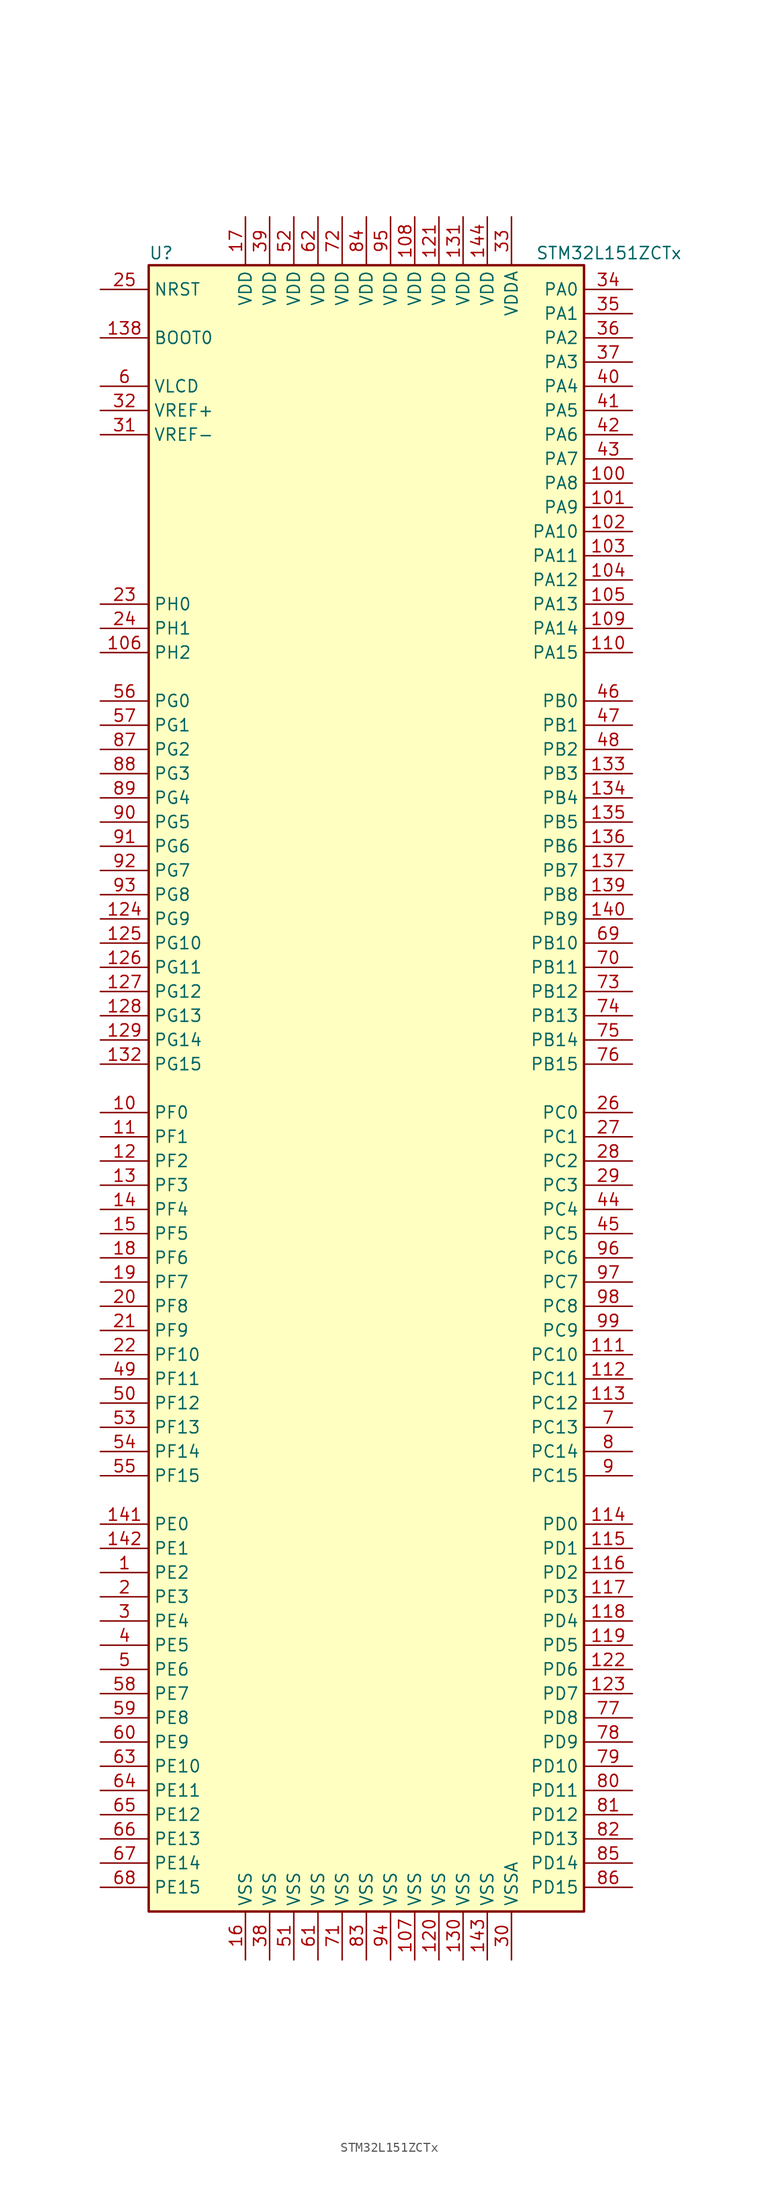
<source format=kicad_sym>
(kicad_symbol_lib
  (version 20201005)
  (generator kicad_symbol_editor)
  (symbol "MCU_ST_STM32L1:STM32L151ZCTx"
    (property "Reference" "U"
      (at -22.86 87.63 0)
      (effects (font (size 1.27 1.27)) (justify left)))
    (property "Value" "STM32L151ZCTx"
      (at 17.78 87.63 0)
      (effects (font (size 1.27 1.27)) (justify left)))
    (symbol "STM32L151ZCTx_0_1"
      (rectangle (start -22.86 -86.36) (end 22.86 86.36) (stroke (width 0.254)) (fill (type background))))
    (symbol "STM32L151ZCTx_1_1"
      (pin input line (at -27.94 78.74 0) (length 5.08) (name "BOOT0" (effects (font (size 1.27 1.27)))) (number "138" (effects (font (size 1.27 1.27)))))
      (pin input line (at -27.94 83.82 0) (length 5.08) (name "NRST" (effects (font (size 1.27 1.27)))) (number "25" (effects (font (size 1.27 1.27)))))
      (pin bidirectional line (at 27.94 83.82 180) (length 5.08) (name "PA0" (effects (font (size 1.27 1.27)))) (number "34" (effects (font (size 1.27 1.27)))))
      (pin bidirectional line (at 27.94 81.28 180) (length 5.08) (name "PA1" (effects (font (size 1.27 1.27)))) (number "35" (effects (font (size 1.27 1.27)))))
      (pin bidirectional line (at 27.94 58.42 180) (length 5.08) (name "PA10" (effects (font (size 1.27 1.27)))) (number "102" (effects (font (size 1.27 1.27)))))
      (pin bidirectional line (at 27.94 55.88 180) (length 5.08) (name "PA11" (effects (font (size 1.27 1.27)))) (number "103" (effects (font (size 1.27 1.27)))))
      (pin bidirectional line (at 27.94 53.34 180) (length 5.08) (name "PA12" (effects (font (size 1.27 1.27)))) (number "104" (effects (font (size 1.27 1.27)))))
      (pin bidirectional line (at 27.94 50.8 180) (length 5.08) (name "PA13" (effects (font (size 1.27 1.27)))) (number "105" (effects (font (size 1.27 1.27)))))
      (pin bidirectional line (at 27.94 48.26 180) (length 5.08) (name "PA14" (effects (font (size 1.27 1.27)))) (number "109" (effects (font (size 1.27 1.27)))))
      (pin bidirectional line (at 27.94 45.72 180) (length 5.08) (name "PA15" (effects (font (size 1.27 1.27)))) (number "110" (effects (font (size 1.27 1.27)))))
      (pin bidirectional line (at 27.94 78.74 180) (length 5.08) (name "PA2" (effects (font (size 1.27 1.27)))) (number "36" (effects (font (size 1.27 1.27)))))
      (pin bidirectional line (at 27.94 76.2 180) (length 5.08) (name "PA3" (effects (font (size 1.27 1.27)))) (number "37" (effects (font (size 1.27 1.27)))))
      (pin bidirectional line (at 27.94 73.66 180) (length 5.08) (name "PA4" (effects (font (size 1.27 1.27)))) (number "40" (effects (font (size 1.27 1.27)))))
      (pin bidirectional line (at 27.94 71.12 180) (length 5.08) (name "PA5" (effects (font (size 1.27 1.27)))) (number "41" (effects (font (size 1.27 1.27)))))
      (pin bidirectional line (at 27.94 68.58 180) (length 5.08) (name "PA6" (effects (font (size 1.27 1.27)))) (number "42" (effects (font (size 1.27 1.27)))))
      (pin bidirectional line (at 27.94 66.04 180) (length 5.08) (name "PA7" (effects (font (size 1.27 1.27)))) (number "43" (effects (font (size 1.27 1.27)))))
      (pin bidirectional line (at 27.94 63.5 180) (length 5.08) (name "PA8" (effects (font (size 1.27 1.27)))) (number "100" (effects (font (size 1.27 1.27)))))
      (pin bidirectional line (at 27.94 60.96 180) (length 5.08) (name "PA9" (effects (font (size 1.27 1.27)))) (number "101" (effects (font (size 1.27 1.27)))))
      (pin bidirectional line (at 27.94 40.64 180) (length 5.08) (name "PB0" (effects (font (size 1.27 1.27)))) (number "46" (effects (font (size 1.27 1.27)))))
      (pin bidirectional line (at 27.94 38.1 180) (length 5.08) (name "PB1" (effects (font (size 1.27 1.27)))) (number "47" (effects (font (size 1.27 1.27)))))
      (pin bidirectional line (at 27.94 15.24 180) (length 5.08) (name "PB10" (effects (font (size 1.27 1.27)))) (number "69" (effects (font (size 1.27 1.27)))))
      (pin bidirectional line (at 27.94 12.7 180) (length 5.08) (name "PB11" (effects (font (size 1.27 1.27)))) (number "70" (effects (font (size 1.27 1.27)))))
      (pin bidirectional line (at 27.94 10.16 180) (length 5.08) (name "PB12" (effects (font (size 1.27 1.27)))) (number "73" (effects (font (size 1.27 1.27)))))
      (pin bidirectional line (at 27.94 7.62 180) (length 5.08) (name "PB13" (effects (font (size 1.27 1.27)))) (number "74" (effects (font (size 1.27 1.27)))))
      (pin bidirectional line (at 27.94 5.08 180) (length 5.08) (name "PB14" (effects (font (size 1.27 1.27)))) (number "75" (effects (font (size 1.27 1.27)))))
      (pin bidirectional line (at 27.94 2.54 180) (length 5.08) (name "PB15" (effects (font (size 1.27 1.27)))) (number "76" (effects (font (size 1.27 1.27)))))
      (pin bidirectional line (at 27.94 35.56 180) (length 5.08) (name "PB2" (effects (font (size 1.27 1.27)))) (number "48" (effects (font (size 1.27 1.27)))))
      (pin bidirectional line (at 27.94 33.02 180) (length 5.08) (name "PB3" (effects (font (size 1.27 1.27)))) (number "133" (effects (font (size 1.27 1.27)))))
      (pin bidirectional line (at 27.94 30.48 180) (length 5.08) (name "PB4" (effects (font (size 1.27 1.27)))) (number "134" (effects (font (size 1.27 1.27)))))
      (pin bidirectional line (at 27.94 27.94 180) (length 5.08) (name "PB5" (effects (font (size 1.27 1.27)))) (number "135" (effects (font (size 1.27 1.27)))))
      (pin bidirectional line (at 27.94 25.4 180) (length 5.08) (name "PB6" (effects (font (size 1.27 1.27)))) (number "136" (effects (font (size 1.27 1.27)))))
      (pin bidirectional line (at 27.94 22.86 180) (length 5.08) (name "PB7" (effects (font (size 1.27 1.27)))) (number "137" (effects (font (size 1.27 1.27)))))
      (pin bidirectional line (at 27.94 20.32 180) (length 5.08) (name "PB8" (effects (font (size 1.27 1.27)))) (number "139" (effects (font (size 1.27 1.27)))))
      (pin bidirectional line (at 27.94 17.78 180) (length 5.08) (name "PB9" (effects (font (size 1.27 1.27)))) (number "140" (effects (font (size 1.27 1.27)))))
      (pin bidirectional line (at 27.94 -2.54 180) (length 5.08) (name "PC0" (effects (font (size 1.27 1.27)))) (number "26" (effects (font (size 1.27 1.27)))))
      (pin bidirectional line (at 27.94 -5.08 180) (length 5.08) (name "PC1" (effects (font (size 1.27 1.27)))) (number "27" (effects (font (size 1.27 1.27)))))
      (pin bidirectional line (at 27.94 -27.94 180) (length 5.08) (name "PC10" (effects (font (size 1.27 1.27)))) (number "111" (effects (font (size 1.27 1.27)))))
      (pin bidirectional line (at 27.94 -30.48 180) (length 5.08) (name "PC11" (effects (font (size 1.27 1.27)))) (number "112" (effects (font (size 1.27 1.27)))))
      (pin bidirectional line (at 27.94 -33.02 180) (length 5.08) (name "PC12" (effects (font (size 1.27 1.27)))) (number "113" (effects (font (size 1.27 1.27)))))
      (pin bidirectional line (at 27.94 -35.56 180) (length 5.08) (name "PC13" (effects (font (size 1.27 1.27)))) (number "7" (effects (font (size 1.27 1.27)))))
      (pin bidirectional line (at 27.94 -38.1 180) (length 5.08) (name "PC14" (effects (font (size 1.27 1.27)))) (number "8" (effects (font (size 1.27 1.27)))))
      (pin bidirectional line (at 27.94 -40.64 180) (length 5.08) (name "PC15" (effects (font (size 1.27 1.27)))) (number "9" (effects (font (size 1.27 1.27)))))
      (pin bidirectional line (at 27.94 -7.62 180) (length 5.08) (name "PC2" (effects (font (size 1.27 1.27)))) (number "28" (effects (font (size 1.27 1.27)))))
      (pin bidirectional line (at 27.94 -10.16 180) (length 5.08) (name "PC3" (effects (font (size 1.27 1.27)))) (number "29" (effects (font (size 1.27 1.27)))))
      (pin bidirectional line (at 27.94 -12.7 180) (length 5.08) (name "PC4" (effects (font (size 1.27 1.27)))) (number "44" (effects (font (size 1.27 1.27)))))
      (pin bidirectional line (at 27.94 -15.24 180) (length 5.08) (name "PC5" (effects (font (size 1.27 1.27)))) (number "45" (effects (font (size 1.27 1.27)))))
      (pin bidirectional line (at 27.94 -17.78 180) (length 5.08) (name "PC6" (effects (font (size 1.27 1.27)))) (number "96" (effects (font (size 1.27 1.27)))))
      (pin bidirectional line (at 27.94 -20.32 180) (length 5.08) (name "PC7" (effects (font (size 1.27 1.27)))) (number "97" (effects (font (size 1.27 1.27)))))
      (pin bidirectional line (at 27.94 -22.86 180) (length 5.08) (name "PC8" (effects (font (size 1.27 1.27)))) (number "98" (effects (font (size 1.27 1.27)))))
      (pin bidirectional line (at 27.94 -25.4 180) (length 5.08) (name "PC9" (effects (font (size 1.27 1.27)))) (number "99" (effects (font (size 1.27 1.27)))))
      (pin bidirectional line (at 27.94 -45.72 180) (length 5.08) (name "PD0" (effects (font (size 1.27 1.27)))) (number "114" (effects (font (size 1.27 1.27)))))
      (pin bidirectional line (at 27.94 -48.26 180) (length 5.08) (name "PD1" (effects (font (size 1.27 1.27)))) (number "115" (effects (font (size 1.27 1.27)))))
      (pin bidirectional line (at 27.94 -71.12 180) (length 5.08) (name "PD10" (effects (font (size 1.27 1.27)))) (number "79" (effects (font (size 1.27 1.27)))))
      (pin bidirectional line (at 27.94 -73.66 180) (length 5.08) (name "PD11" (effects (font (size 1.27 1.27)))) (number "80" (effects (font (size 1.27 1.27)))))
      (pin bidirectional line (at 27.94 -76.2 180) (length 5.08) (name "PD12" (effects (font (size 1.27 1.27)))) (number "81" (effects (font (size 1.27 1.27)))))
      (pin bidirectional line (at 27.94 -78.74 180) (length 5.08) (name "PD13" (effects (font (size 1.27 1.27)))) (number "82" (effects (font (size 1.27 1.27)))))
      (pin bidirectional line (at 27.94 -81.28 180) (length 5.08) (name "PD14" (effects (font (size 1.27 1.27)))) (number "85" (effects (font (size 1.27 1.27)))))
      (pin bidirectional line (at 27.94 -83.82 180) (length 5.08) (name "PD15" (effects (font (size 1.27 1.27)))) (number "86" (effects (font (size 1.27 1.27)))))
      (pin bidirectional line (at 27.94 -50.8 180) (length 5.08) (name "PD2" (effects (font (size 1.27 1.27)))) (number "116" (effects (font (size 1.27 1.27)))))
      (pin bidirectional line (at 27.94 -53.34 180) (length 5.08) (name "PD3" (effects (font (size 1.27 1.27)))) (number "117" (effects (font (size 1.27 1.27)))))
      (pin bidirectional line (at 27.94 -55.88 180) (length 5.08) (name "PD4" (effects (font (size 1.27 1.27)))) (number "118" (effects (font (size 1.27 1.27)))))
      (pin bidirectional line (at 27.94 -58.42 180) (length 5.08) (name "PD5" (effects (font (size 1.27 1.27)))) (number "119" (effects (font (size 1.27 1.27)))))
      (pin bidirectional line (at 27.94 -60.96 180) (length 5.08) (name "PD6" (effects (font (size 1.27 1.27)))) (number "122" (effects (font (size 1.27 1.27)))))
      (pin bidirectional line (at 27.94 -63.5 180) (length 5.08) (name "PD7" (effects (font (size 1.27 1.27)))) (number "123" (effects (font (size 1.27 1.27)))))
      (pin bidirectional line (at 27.94 -66.04 180) (length 5.08) (name "PD8" (effects (font (size 1.27 1.27)))) (number "77" (effects (font (size 1.27 1.27)))))
      (pin bidirectional line (at 27.94 -68.58 180) (length 5.08) (name "PD9" (effects (font (size 1.27 1.27)))) (number "78" (effects (font (size 1.27 1.27)))))
      (pin bidirectional line (at -27.94 -45.72 0) (length 5.08) (name "PE0" (effects (font (size 1.27 1.27)))) (number "141" (effects (font (size 1.27 1.27)))))
      (pin bidirectional line (at -27.94 -48.26 0) (length 5.08) (name "PE1" (effects (font (size 1.27 1.27)))) (number "142" (effects (font (size 1.27 1.27)))))
      (pin bidirectional line (at -27.94 -71.12 0) (length 5.08) (name "PE10" (effects (font (size 1.27 1.27)))) (number "63" (effects (font (size 1.27 1.27)))))
      (pin bidirectional line (at -27.94 -73.66 0) (length 5.08) (name "PE11" (effects (font (size 1.27 1.27)))) (number "64" (effects (font (size 1.27 1.27)))))
      (pin bidirectional line (at -27.94 -76.2 0) (length 5.08) (name "PE12" (effects (font (size 1.27 1.27)))) (number "65" (effects (font (size 1.27 1.27)))))
      (pin bidirectional line (at -27.94 -78.74 0) (length 5.08) (name "PE13" (effects (font (size 1.27 1.27)))) (number "66" (effects (font (size 1.27 1.27)))))
      (pin bidirectional line (at -27.94 -81.28 0) (length 5.08) (name "PE14" (effects (font (size 1.27 1.27)))) (number "67" (effects (font (size 1.27 1.27)))))
      (pin bidirectional line (at -27.94 -83.82 0) (length 5.08) (name "PE15" (effects (font (size 1.27 1.27)))) (number "68" (effects (font (size 1.27 1.27)))))
      (pin bidirectional line (at -27.94 -50.8 0) (length 5.08) (name "PE2" (effects (font (size 1.27 1.27)))) (number "1" (effects (font (size 1.27 1.27)))))
      (pin bidirectional line (at -27.94 -53.34 0) (length 5.08) (name "PE3" (effects (font (size 1.27 1.27)))) (number "2" (effects (font (size 1.27 1.27)))))
      (pin bidirectional line (at -27.94 -55.88 0) (length 5.08) (name "PE4" (effects (font (size 1.27 1.27)))) (number "3" (effects (font (size 1.27 1.27)))))
      (pin bidirectional line (at -27.94 -58.42 0) (length 5.08) (name "PE5" (effects (font (size 1.27 1.27)))) (number "4" (effects (font (size 1.27 1.27)))))
      (pin bidirectional line (at -27.94 -60.96 0) (length 5.08) (name "PE6" (effects (font (size 1.27 1.27)))) (number "5" (effects (font (size 1.27 1.27)))))
      (pin bidirectional line (at -27.94 -63.5 0) (length 5.08) (name "PE7" (effects (font (size 1.27 1.27)))) (number "58" (effects (font (size 1.27 1.27)))))
      (pin bidirectional line (at -27.94 -66.04 0) (length 5.08) (name "PE8" (effects (font (size 1.27 1.27)))) (number "59" (effects (font (size 1.27 1.27)))))
      (pin bidirectional line (at -27.94 -68.58 0) (length 5.08) (name "PE9" (effects (font (size 1.27 1.27)))) (number "60" (effects (font (size 1.27 1.27)))))
      (pin bidirectional line (at -27.94 -2.54 0) (length 5.08) (name "PF0" (effects (font (size 1.27 1.27)))) (number "10" (effects (font (size 1.27 1.27)))))
      (pin bidirectional line (at -27.94 -5.08 0) (length 5.08) (name "PF1" (effects (font (size 1.27 1.27)))) (number "11" (effects (font (size 1.27 1.27)))))
      (pin bidirectional line (at -27.94 -27.94 0) (length 5.08) (name "PF10" (effects (font (size 1.27 1.27)))) (number "22" (effects (font (size 1.27 1.27)))))
      (pin bidirectional line (at -27.94 -30.48 0) (length 5.08) (name "PF11" (effects (font (size 1.27 1.27)))) (number "49" (effects (font (size 1.27 1.27)))))
      (pin bidirectional line (at -27.94 -33.02 0) (length 5.08) (name "PF12" (effects (font (size 1.27 1.27)))) (number "50" (effects (font (size 1.27 1.27)))))
      (pin bidirectional line (at -27.94 -35.56 0) (length 5.08) (name "PF13" (effects (font (size 1.27 1.27)))) (number "53" (effects (font (size 1.27 1.27)))))
      (pin bidirectional line (at -27.94 -38.1 0) (length 5.08) (name "PF14" (effects (font (size 1.27 1.27)))) (number "54" (effects (font (size 1.27 1.27)))))
      (pin bidirectional line (at -27.94 -40.64 0) (length 5.08) (name "PF15" (effects (font (size 1.27 1.27)))) (number "55" (effects (font (size 1.27 1.27)))))
      (pin bidirectional line (at -27.94 -7.62 0) (length 5.08) (name "PF2" (effects (font (size 1.27 1.27)))) (number "12" (effects (font (size 1.27 1.27)))))
      (pin bidirectional line (at -27.94 -10.16 0) (length 5.08) (name "PF3" (effects (font (size 1.27 1.27)))) (number "13" (effects (font (size 1.27 1.27)))))
      (pin bidirectional line (at -27.94 -12.7 0) (length 5.08) (name "PF4" (effects (font (size 1.27 1.27)))) (number "14" (effects (font (size 1.27 1.27)))))
      (pin bidirectional line (at -27.94 -15.24 0) (length 5.08) (name "PF5" (effects (font (size 1.27 1.27)))) (number "15" (effects (font (size 1.27 1.27)))))
      (pin bidirectional line (at -27.94 -17.78 0) (length 5.08) (name "PF6" (effects (font (size 1.27 1.27)))) (number "18" (effects (font (size 1.27 1.27)))))
      (pin bidirectional line (at -27.94 -20.32 0) (length 5.08) (name "PF7" (effects (font (size 1.27 1.27)))) (number "19" (effects (font (size 1.27 1.27)))))
      (pin bidirectional line (at -27.94 -22.86 0) (length 5.08) (name "PF8" (effects (font (size 1.27 1.27)))) (number "20" (effects (font (size 1.27 1.27)))))
      (pin bidirectional line (at -27.94 -25.4 0) (length 5.08) (name "PF9" (effects (font (size 1.27 1.27)))) (number "21" (effects (font (size 1.27 1.27)))))
      (pin bidirectional line (at -27.94 40.64 0) (length 5.08) (name "PG0" (effects (font (size 1.27 1.27)))) (number "56" (effects (font (size 1.27 1.27)))))
      (pin bidirectional line (at -27.94 38.1 0) (length 5.08) (name "PG1" (effects (font (size 1.27 1.27)))) (number "57" (effects (font (size 1.27 1.27)))))
      (pin bidirectional line (at -27.94 15.24 0) (length 5.08) (name "PG10" (effects (font (size 1.27 1.27)))) (number "125" (effects (font (size 1.27 1.27)))))
      (pin bidirectional line (at -27.94 12.7 0) (length 5.08) (name "PG11" (effects (font (size 1.27 1.27)))) (number "126" (effects (font (size 1.27 1.27)))))
      (pin bidirectional line (at -27.94 10.16 0) (length 5.08) (name "PG12" (effects (font (size 1.27 1.27)))) (number "127" (effects (font (size 1.27 1.27)))))
      (pin bidirectional line (at -27.94 7.62 0) (length 5.08) (name "PG13" (effects (font (size 1.27 1.27)))) (number "128" (effects (font (size 1.27 1.27)))))
      (pin bidirectional line (at -27.94 5.08 0) (length 5.08) (name "PG14" (effects (font (size 1.27 1.27)))) (number "129" (effects (font (size 1.27 1.27)))))
      (pin bidirectional line (at -27.94 2.54 0) (length 5.08) (name "PG15" (effects (font (size 1.27 1.27)))) (number "132" (effects (font (size 1.27 1.27)))))
      (pin bidirectional line (at -27.94 35.56 0) (length 5.08) (name "PG2" (effects (font (size 1.27 1.27)))) (number "87" (effects (font (size 1.27 1.27)))))
      (pin bidirectional line (at -27.94 33.02 0) (length 5.08) (name "PG3" (effects (font (size 1.27 1.27)))) (number "88" (effects (font (size 1.27 1.27)))))
      (pin bidirectional line (at -27.94 30.48 0) (length 5.08) (name "PG4" (effects (font (size 1.27 1.27)))) (number "89" (effects (font (size 1.27 1.27)))))
      (pin bidirectional line (at -27.94 27.94 0) (length 5.08) (name "PG5" (effects (font (size 1.27 1.27)))) (number "90" (effects (font (size 1.27 1.27)))))
      (pin bidirectional line (at -27.94 25.4 0) (length 5.08) (name "PG6" (effects (font (size 1.27 1.27)))) (number "91" (effects (font (size 1.27 1.27)))))
      (pin bidirectional line (at -27.94 22.86 0) (length 5.08) (name "PG7" (effects (font (size 1.27 1.27)))) (number "92" (effects (font (size 1.27 1.27)))))
      (pin bidirectional line (at -27.94 20.32 0) (length 5.08) (name "PG8" (effects (font (size 1.27 1.27)))) (number "93" (effects (font (size 1.27 1.27)))))
      (pin bidirectional line (at -27.94 17.78 0) (length 5.08) (name "PG9" (effects (font (size 1.27 1.27)))) (number "124" (effects (font (size 1.27 1.27)))))
      (pin input line (at -27.94 50.8 0) (length 5.08) (name "PH0" (effects (font (size 1.27 1.27)))) (number "23" (effects (font (size 1.27 1.27)))))
      (pin input line (at -27.94 48.26 0) (length 5.08) (name "PH1" (effects (font (size 1.27 1.27)))) (number "24" (effects (font (size 1.27 1.27)))))
      (pin bidirectional line (at -27.94 45.72 0) (length 5.08) (name "PH2" (effects (font (size 1.27 1.27)))) (number "106" (effects (font (size 1.27 1.27)))))
      (pin power_in line (at 5.08 91.44 270) (length 5.08) (name "VDD" (effects (font (size 1.27 1.27)))) (number "108" (effects (font (size 1.27 1.27)))))
      (pin power_in line (at 7.62 91.44 270) (length 5.08) (name "VDD" (effects (font (size 1.27 1.27)))) (number "121" (effects (font (size 1.27 1.27)))))
      (pin power_in line (at 10.16 91.44 270) (length 5.08) (name "VDD" (effects (font (size 1.27 1.27)))) (number "131" (effects (font (size 1.27 1.27)))))
      (pin power_in line (at 12.7 91.44 270) (length 5.08) (name "VDD" (effects (font (size 1.27 1.27)))) (number "144" (effects (font (size 1.27 1.27)))))
      (pin power_in line (at -12.7 91.44 270) (length 5.08) (name "VDD" (effects (font (size 1.27 1.27)))) (number "17" (effects (font (size 1.27 1.27)))))
      (pin power_in line (at -10.16 91.44 270) (length 5.08) (name "VDD" (effects (font (size 1.27 1.27)))) (number "39" (effects (font (size 1.27 1.27)))))
      (pin power_in line (at -7.62 91.44 270) (length 5.08) (name "VDD" (effects (font (size 1.27 1.27)))) (number "52" (effects (font (size 1.27 1.27)))))
      (pin power_in line (at -5.08 91.44 270) (length 5.08) (name "VDD" (effects (font (size 1.27 1.27)))) (number "62" (effects (font (size 1.27 1.27)))))
      (pin power_in line (at -2.54 91.44 270) (length 5.08) (name "VDD" (effects (font (size 1.27 1.27)))) (number "72" (effects (font (size 1.27 1.27)))))
      (pin power_in line (at 0 91.44 270) (length 5.08) (name "VDD" (effects (font (size 1.27 1.27)))) (number "84" (effects (font (size 1.27 1.27)))))
      (pin power_in line (at 2.54 91.44 270) (length 5.08) (name "VDD" (effects (font (size 1.27 1.27)))) (number "95" (effects (font (size 1.27 1.27)))))
      (pin power_in line (at 15.24 91.44 270) (length 5.08) (name "VDDA" (effects (font (size 1.27 1.27)))) (number "33" (effects (font (size 1.27 1.27)))))
      (pin power_in line (at -27.94 73.66 0) (length 5.08) (name "VLCD" (effects (font (size 1.27 1.27)))) (number "6" (effects (font (size 1.27 1.27)))))
      (pin power_in line (at -27.94 71.12 0) (length 5.08) (name "VREF+" (effects (font (size 1.27 1.27)))) (number "32" (effects (font (size 1.27 1.27)))))
      (pin power_in line (at -27.94 68.58 0) (length 5.08) (name "VREF-" (effects (font (size 1.27 1.27)))) (number "31" (effects (font (size 1.27 1.27)))))
      (pin power_in line (at 5.08 -91.44 90) (length 5.08) (name "VSS" (effects (font (size 1.27 1.27)))) (number "107" (effects (font (size 1.27 1.27)))))
      (pin power_in line (at 7.62 -91.44 90) (length 5.08) (name "VSS" (effects (font (size 1.27 1.27)))) (number "120" (effects (font (size 1.27 1.27)))))
      (pin power_in line (at 10.16 -91.44 90) (length 5.08) (name "VSS" (effects (font (size 1.27 1.27)))) (number "130" (effects (font (size 1.27 1.27)))))
      (pin power_in line (at 12.7 -91.44 90) (length 5.08) (name "VSS" (effects (font (size 1.27 1.27)))) (number "143" (effects (font (size 1.27 1.27)))))
      (pin power_in line (at -12.7 -91.44 90) (length 5.08) (name "VSS" (effects (font (size 1.27 1.27)))) (number "16" (effects (font (size 1.27 1.27)))))
      (pin power_in line (at -10.16 -91.44 90) (length 5.08) (name "VSS" (effects (font (size 1.27 1.27)))) (number "38" (effects (font (size 1.27 1.27)))))
      (pin power_in line (at -7.62 -91.44 90) (length 5.08) (name "VSS" (effects (font (size 1.27 1.27)))) (number "51" (effects (font (size 1.27 1.27)))))
      (pin power_in line (at -5.08 -91.44 90) (length 5.08) (name "VSS" (effects (font (size 1.27 1.27)))) (number "61" (effects (font (size 1.27 1.27)))))
      (pin power_in line (at -2.54 -91.44 90) (length 5.08) (name "VSS" (effects (font (size 1.27 1.27)))) (number "71" (effects (font (size 1.27 1.27)))))
      (pin power_in line (at 0 -91.44 90) (length 5.08) (name "VSS" (effects (font (size 1.27 1.27)))) (number "83" (effects (font (size 1.27 1.27)))))
      (pin power_in line (at 2.54 -91.44 90) (length 5.08) (name "VSS" (effects (font (size 1.27 1.27)))) (number "94" (effects (font (size 1.27 1.27)))))
      (pin power_in line (at 15.24 -91.44 90) (length 5.08) (name "VSSA" (effects (font (size 1.27 1.27)))) (number "30" (effects (font (size 1.27 1.27))))))))
</source>
